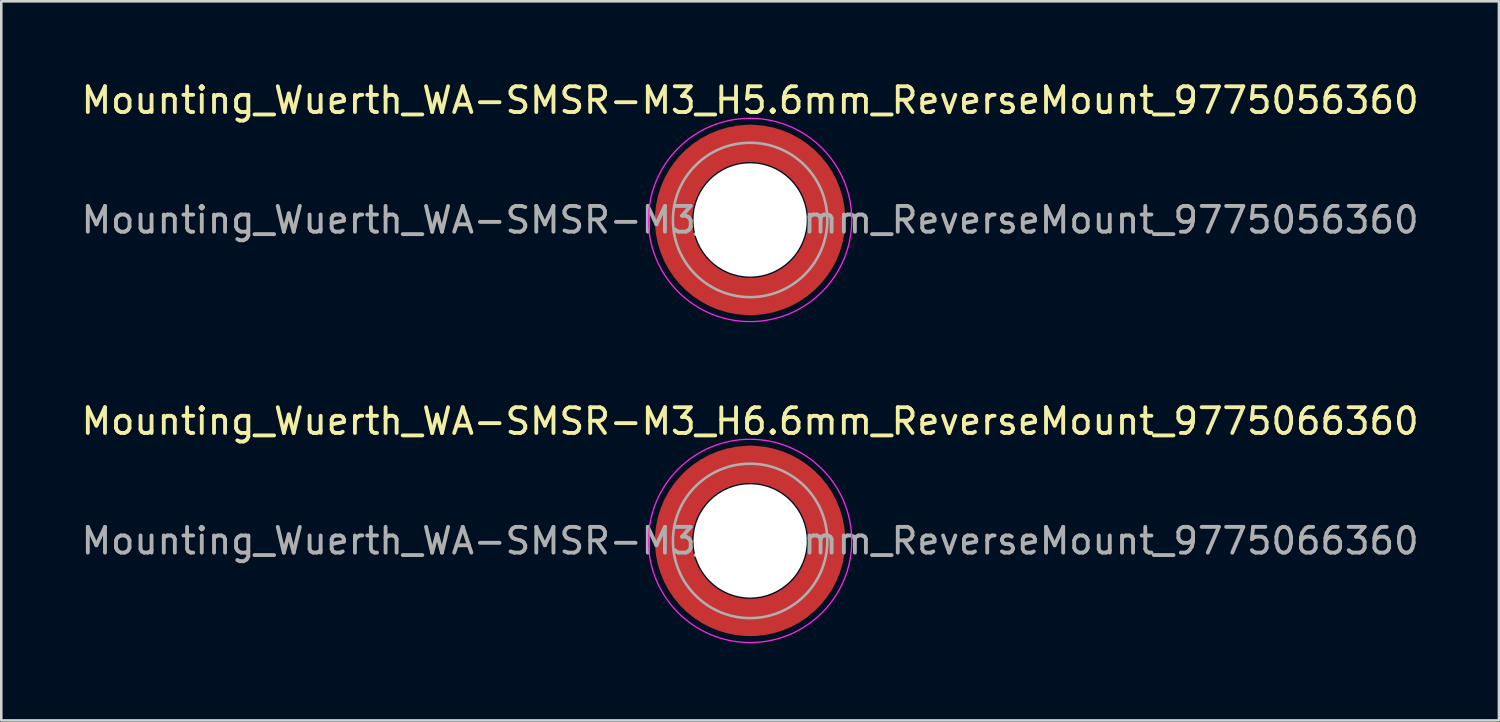
<source format=kicad_pcb>
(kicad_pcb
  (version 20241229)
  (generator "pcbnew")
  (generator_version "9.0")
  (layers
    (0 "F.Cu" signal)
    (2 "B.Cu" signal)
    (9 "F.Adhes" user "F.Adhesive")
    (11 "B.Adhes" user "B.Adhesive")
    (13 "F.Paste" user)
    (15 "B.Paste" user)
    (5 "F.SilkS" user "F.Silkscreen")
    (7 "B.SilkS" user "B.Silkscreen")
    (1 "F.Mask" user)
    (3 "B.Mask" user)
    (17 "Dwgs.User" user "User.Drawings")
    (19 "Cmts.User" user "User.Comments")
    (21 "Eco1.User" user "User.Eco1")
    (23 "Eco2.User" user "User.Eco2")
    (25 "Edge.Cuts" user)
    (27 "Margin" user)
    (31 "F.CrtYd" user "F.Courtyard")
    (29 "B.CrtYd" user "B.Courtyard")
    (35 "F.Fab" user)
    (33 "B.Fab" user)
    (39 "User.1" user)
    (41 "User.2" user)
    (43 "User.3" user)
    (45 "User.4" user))
  (footprint "Mounting_Wuerth_WA-SMSR-M3_H5.6mm_ReverseMount_9775056360"
    (layer "F.Cu")
    (at 26.101 5.498)
    (property "Reference" "Mounting_Wuerth_WA-SMSR-M3_H5.6mm_ReverseMount_9775056360" (at 0 -4.65 0) (layer "F.SilkS") (effects (font (size 1 1) (thickness 0.15))))
    (attr smd)
    (fp_circle (center 0 0) (end 3.95 0) (stroke (width 0.05) (type solid)) (fill no) (layer "F.CrtYd"))
    (fp_circle (center 0 0) (end 3 0) (stroke (width 0.1) (type solid)) (fill no) (layer "F.Fab"))
    (fp_text user "${REFERENCE}" (at 0 0 0) (layer "F.Fab") (effects (font (size 1 1) (thickness 0.15))))
    (pad "" smd custom (at -2.095 -2.095) (size 0.672 0.672) (layers "F.Paste") (options (anchor circle)) (primitives (gr_arc (start -0.24231 1.594804) (mid 0.404819 0.404819) (end 1.594804 -0.24231) (width 0.2)) (gr_arc (start -0.3398 1.594804) (mid 0.337349 0.337349) (end 1.594804 -0.3398) (width 0.2)) (gr_arc (start -0.437132 1.594804) (mid 0.269879 0.269879) (end 1.594804 -0.437132) (width 0.2)) (gr_arc (start -0.534324 1.594804) (mid 0.202409 0.202409) (end 1.594804 -0.534324) (width 0.2)) (gr_arc (start -0.631391 1.594804) (mid 0.134939 0.134939) (end 1.594804 -0.631391) (width 0.2)) (gr_arc (start -0.728345 1.594804) (mid 0.06747 0.06747) (end 1.594804 -0.728345) (width 0.2)) (gr_arc (start -0.825197 1.594804) (mid 0 0) (end 1.594804 -0.825197) (width 0.2)) (gr_arc (start -0.921958 1.594804) (mid -0.067469 -0.067469) (end 1.594804 -0.921958) (width 0.2)) (gr_arc (start -1.018637 1.594804) (mid -0.13494 -0.13494) (end 1.594804 -1.018637) (width 0.2)) (gr_arc (start -1.115239 1.594804) (mid -0.202409 -0.202409) (end 1.594804 -1.115239) (width 0.2)) (gr_arc (start -1.211773 1.594804) (mid -0.269879 -0.269879) (end 1.594804 -1.211773) (width 0.2)) (gr_arc (start -1.308244 1.594804) (mid -0.337349 -0.337349) (end 1.594804 -1.308244) (width 0.2)) (gr_arc (start -1.404657 1.594804) (mid -0.404819 -0.404819) (end 1.594804 -1.404657) (width 0.2)) (gr_arc (start -1.404657 1.594804) (mid -0.404819 -0.404819) (end 1.594804 -1.404657) (width 0.2)) (gr_line (start 1.595 -0.242) (end 1.595 -1.405) (width 0.2)) (gr_line (start -0.242 1.595) (end -1.405 1.595) (width 0.2))))
    (pad "" smd custom (at -2.095 2.095) (size 0.672 0.672) (layers "F.Paste") (options (anchor circle)) (primitives (gr_arc (start 1.594804 0.24231) (mid 0.404819 -0.404819) (end -0.24231 -1.594804) (width 0.2)) (gr_arc (start 1.594804 0.3398) (mid 0.337349 -0.337349) (end -0.3398 -1.594804) (width 0.2)) (gr_arc (start 1.594804 0.437132) (mid 0.269879 -0.269879) (end -0.437132 -1.594804) (width 0.2)) (gr_arc (start 1.594804 0.534324) (mid 0.202409 -0.202409) (end -0.534324 -1.594804) (width 0.2)) (gr_arc (start 1.594804 0.631391) (mid 0.134939 -0.134939) (end -0.631391 -1.594804) (width 0.2)) (gr_arc (start 1.594804 0.728345) (mid 0.06747 -0.06747) (end -0.728345 -1.594804) (width 0.2)) (gr_arc (start 1.594804 0.825197) (mid 0 0) (end -0.825197 -1.594804) (width 0.2)) (gr_arc (start 1.594804 0.921958) (mid -0.067469 0.067469) (end -0.921958 -1.594804) (width 0.2)) (gr_arc (start 1.594804 1.018637) (mid -0.13494 0.13494) (end -1.018637 -1.594804) (width 0.2)) (gr_arc (start 1.594804 1.115239) (mid -0.202409 0.202409) (end -1.115239 -1.594804) (width 0.2)) (gr_arc (start 1.594804 1.211773) (mid -0.269879 0.269879) (end -1.211773 -1.594804) (width 0.2)) (gr_arc (start 1.594804 1.308244) (mid -0.337349 0.337349) (end -1.308244 -1.594804) (width 0.2)) (gr_arc (start 1.594804 1.404657) (mid -0.404819 0.404819) (end -1.404657 -1.594804) (width 0.2)) (gr_arc (start 1.594804 1.404657) (mid -0.404819 0.404819) (end -1.404657 -1.594804) (width 0.2)) (gr_line (start -0.242 -1.595) (end -1.405 -1.595) (width 0.2)) (gr_line (start 1.595 0.242) (end 1.595 1.405) (width 0.2))))
    (pad "" np_thru_hole circle (at 0 0) (size 4.4 4.4) (drill 4.4) (layers "*.Cu" "*.Mask"))
    (pad "" smd custom (at 2.095 -2.095) (size 0.672 0.672) (layers "F.Paste") (options (anchor circle)) (primitives (gr_arc (start -1.594804 -0.24231) (mid -0.404819 0.404819) (end 0.24231 1.594804) (width 0.2)) (gr_arc (start -1.594804 -0.3398) (mid -0.337349 0.337349) (end 0.3398 1.594804) (width 0.2)) (gr_arc (start -1.594804 -0.437132) (mid -0.269879 0.269879) (end 0.437132 1.594804) (width 0.2)) (gr_arc (start -1.594804 -0.534324) (mid -0.202409 0.202409) (end 0.534324 1.594804) (width 0.2)) (gr_arc (start -1.594804 -0.631391) (mid -0.134939 0.134939) (end 0.631391 1.594804) (width 0.2)) (gr_arc (start -1.594804 -0.728345) (mid -0.06747 0.06747) (end 0.728345 1.594804) (width 0.2)) (gr_arc (start -1.594804 -0.825197) (mid 0 0) (end 0.825197 1.594804) (width 0.2)) (gr_arc (start -1.594804 -0.921958) (mid 0.067469 -0.067469) (end 0.921958 1.594804) (width 0.2)) (gr_arc (start -1.594804 -1.018637) (mid 0.13494 -0.13494) (end 1.018637 1.594804) (width 0.2)) (gr_arc (start -1.594804 -1.115239) (mid 0.202409 -0.202409) (end 1.115239 1.594804) (width 0.2)) (gr_arc (start -1.594804 -1.211773) (mid 0.269879 -0.269879) (end 1.211773 1.594804) (width 0.2)) (gr_arc (start -1.594804 -1.308244) (mid 0.337349 -0.337349) (end 1.308244 1.594804) (width 0.2)) (gr_arc (start -1.594804 -1.404657) (mid 0.404819 -0.404819) (end 1.404657 1.594804) (width 0.2)) (gr_arc (start -1.594804 -1.404657) (mid 0.404819 -0.404819) (end 1.404657 1.594804) (width 0.2)) (gr_line (start 0.242 1.595) (end 1.405 1.595) (width 0.2)) (gr_line (start -1.595 -0.242) (end -1.595 -1.405) (width 0.2))))
    (pad "" smd custom (at 2.095 2.095) (size 0.672 0.672) (layers "F.Paste") (options (anchor circle)) (primitives (gr_arc (start 0.24231 -1.594804) (mid -0.404819 -0.404819) (end -1.594804 0.24231) (width 0.2)) (gr_arc (start 0.3398 -1.594804) (mid -0.337349 -0.337349) (end -1.594804 0.3398) (width 0.2)) (gr_arc (start 0.437132 -1.594804) (mid -0.269879 -0.269879) (end -1.594804 0.437132) (width 0.2)) (gr_arc (start 0.534324 -1.594804) (mid -0.202409 -0.202409) (end -1.594804 0.534324) (width 0.2)) (gr_arc (start 0.631391 -1.594804) (mid -0.134939 -0.134939) (end -1.594804 0.631391) (width 0.2)) (gr_arc (start 0.728345 -1.594804) (mid -0.06747 -0.06747) (end -1.594804 0.728345) (width 0.2)) (gr_arc (start 0.825197 -1.594804) (mid 0 0) (end -1.594804 0.825197) (width 0.2)) (gr_arc (start 0.921958 -1.594804) (mid 0.067469 0.067469) (end -1.594804 0.921958) (width 0.2)) (gr_arc (start 1.018637 -1.594804) (mid 0.13494 0.13494) (end -1.594804 1.018637) (width 0.2)) (gr_arc (start 1.115239 -1.594804) (mid 0.202409 0.202409) (end -1.594804 1.115239) (width 0.2)) (gr_arc (start 1.211773 -1.594804) (mid 0.269879 0.269879) (end -1.594804 1.211773) (width 0.2)) (gr_arc (start 1.308244 -1.594804) (mid 0.337349 0.337349) (end -1.594804 1.308244) (width 0.2)) (gr_arc (start 1.404657 -1.594804) (mid 0.404819 0.404819) (end -1.594804 1.404657) (width 0.2)) (gr_arc (start 1.404657 -1.594804) (mid 0.404819 0.404819) (end -1.594804 1.404657) (width 0.2)) (gr_line (start -1.595 0.242) (end -1.595 1.405) (width 0.2)) (gr_line (start 0.242 -1.595) (end 1.405 -1.595) (width 0.2))))
    (pad "1" smd circle (at -2.975 0) (size 1.45 1.45) (layers "F.Cu"))
    (pad "1" smd circle (at 0 -2.975) (size 1.45 1.45) (layers "F.Cu"))
    (pad "1" smd circle (at 0 2.975) (size 1.45 1.45) (layers "F.Cu"))
    (pad "1" smd custom (at 2.975 0) (size 1.45 1.45) (layers "F.Cu" "F.Mask") (options (anchor circle)) (primitives (gr_circle (center -2.975 0) (end 0 0) (width 1.45) (fill no)))))
  (footprint "Mounting_Wuerth_WA-SMSR-M3_H6.6mm_ReverseMount_9775066360"
    (layer "F.Cu")
    (at 26.101 17.971)
    (property "Reference" "Mounting_Wuerth_WA-SMSR-M3_H6.6mm_ReverseMount_9775066360" (at 0 -4.65 0) (layer "F.SilkS") (effects (font (size 1 1) (thickness 0.15))))
    (attr smd)
    (fp_circle (center 0 0) (end 3.95 0) (stroke (width 0.05) (type solid)) (fill no) (layer "F.CrtYd"))
    (fp_circle (center 0 0) (end 3 0) (stroke (width 0.1) (type solid)) (fill no) (layer "F.Fab"))
    (fp_text user "${REFERENCE}" (at 0 0 0) (layer "F.Fab") (effects (font (size 1 1) (thickness 0.15))))
    (pad "" smd custom (at -2.095 -2.095) (size 0.672 0.672) (layers "F.Paste") (options (anchor circle)) (primitives (gr_arc (start -0.24231 1.594804) (mid 0.404819 0.404819) (end 1.594804 -0.24231) (width 0.2)) (gr_arc (start -0.3398 1.594804) (mid 0.337349 0.337349) (end 1.594804 -0.3398) (width 0.2)) (gr_arc (start -0.437132 1.594804) (mid 0.269879 0.269879) (end 1.594804 -0.437132) (width 0.2)) (gr_arc (start -0.534324 1.594804) (mid 0.202409 0.202409) (end 1.594804 -0.534324) (width 0.2)) (gr_arc (start -0.631391 1.594804) (mid 0.134939 0.134939) (end 1.594804 -0.631391) (width 0.2)) (gr_arc (start -0.728345 1.594804) (mid 0.06747 0.06747) (end 1.594804 -0.728345) (width 0.2)) (gr_arc (start -0.825197 1.594804) (mid 0 0) (end 1.594804 -0.825197) (width 0.2)) (gr_arc (start -0.921958 1.594804) (mid -0.067469 -0.067469) (end 1.594804 -0.921958) (width 0.2)) (gr_arc (start -1.018637 1.594804) (mid -0.13494 -0.13494) (end 1.594804 -1.018637) (width 0.2)) (gr_arc (start -1.115239 1.594804) (mid -0.202409 -0.202409) (end 1.594804 -1.115239) (width 0.2)) (gr_arc (start -1.211773 1.594804) (mid -0.269879 -0.269879) (end 1.594804 -1.211773) (width 0.2)) (gr_arc (start -1.308244 1.594804) (mid -0.337349 -0.337349) (end 1.594804 -1.308244) (width 0.2)) (gr_arc (start -1.404657 1.594804) (mid -0.404819 -0.404819) (end 1.594804 -1.404657) (width 0.2)) (gr_arc (start -1.404657 1.594804) (mid -0.404819 -0.404819) (end 1.594804 -1.404657) (width 0.2)) (gr_line (start 1.595 -0.242) (end 1.595 -1.405) (width 0.2)) (gr_line (start -0.242 1.595) (end -1.405 1.595) (width 0.2))))
    (pad "" smd custom (at -2.095 2.095) (size 0.672 0.672) (layers "F.Paste") (options (anchor circle)) (primitives (gr_arc (start 1.594804 0.24231) (mid 0.404819 -0.404819) (end -0.24231 -1.594804) (width 0.2)) (gr_arc (start 1.594804 0.3398) (mid 0.337349 -0.337349) (end -0.3398 -1.594804) (width 0.2)) (gr_arc (start 1.594804 0.437132) (mid 0.269879 -0.269879) (end -0.437132 -1.594804) (width 0.2)) (gr_arc (start 1.594804 0.534324) (mid 0.202409 -0.202409) (end -0.534324 -1.594804) (width 0.2)) (gr_arc (start 1.594804 0.631391) (mid 0.134939 -0.134939) (end -0.631391 -1.594804) (width 0.2)) (gr_arc (start 1.594804 0.728345) (mid 0.06747 -0.06747) (end -0.728345 -1.594804) (width 0.2)) (gr_arc (start 1.594804 0.825197) (mid 0 0) (end -0.825197 -1.594804) (width 0.2)) (gr_arc (start 1.594804 0.921958) (mid -0.067469 0.067469) (end -0.921958 -1.594804) (width 0.2)) (gr_arc (start 1.594804 1.018637) (mid -0.13494 0.13494) (end -1.018637 -1.594804) (width 0.2)) (gr_arc (start 1.594804 1.115239) (mid -0.202409 0.202409) (end -1.115239 -1.594804) (width 0.2)) (gr_arc (start 1.594804 1.211773) (mid -0.269879 0.269879) (end -1.211773 -1.594804) (width 0.2)) (gr_arc (start 1.594804 1.308244) (mid -0.337349 0.337349) (end -1.308244 -1.594804) (width 0.2)) (gr_arc (start 1.594804 1.404657) (mid -0.404819 0.404819) (end -1.404657 -1.594804) (width 0.2)) (gr_arc (start 1.594804 1.404657) (mid -0.404819 0.404819) (end -1.404657 -1.594804) (width 0.2)) (gr_line (start -0.242 -1.595) (end -1.405 -1.595) (width 0.2)) (gr_line (start 1.595 0.242) (end 1.595 1.405) (width 0.2))))
    (pad "" np_thru_hole circle (at 0 0) (size 4.4 4.4) (drill 4.4) (layers "*.Cu" "*.Mask"))
    (pad "" smd custom (at 2.095 -2.095) (size 0.672 0.672) (layers "F.Paste") (options (anchor circle)) (primitives (gr_arc (start -1.594804 -0.24231) (mid -0.404819 0.404819) (end 0.24231 1.594804) (width 0.2)) (gr_arc (start -1.594804 -0.3398) (mid -0.337349 0.337349) (end 0.3398 1.594804) (width 0.2)) (gr_arc (start -1.594804 -0.437132) (mid -0.269879 0.269879) (end 0.437132 1.594804) (width 0.2)) (gr_arc (start -1.594804 -0.534324) (mid -0.202409 0.202409) (end 0.534324 1.594804) (width 0.2)) (gr_arc (start -1.594804 -0.631391) (mid -0.134939 0.134939) (end 0.631391 1.594804) (width 0.2)) (gr_arc (start -1.594804 -0.728345) (mid -0.06747 0.06747) (end 0.728345 1.594804) (width 0.2)) (gr_arc (start -1.594804 -0.825197) (mid 0 0) (end 0.825197 1.594804) (width 0.2)) (gr_arc (start -1.594804 -0.921958) (mid 0.067469 -0.067469) (end 0.921958 1.594804) (width 0.2)) (gr_arc (start -1.594804 -1.018637) (mid 0.13494 -0.13494) (end 1.018637 1.594804) (width 0.2)) (gr_arc (start -1.594804 -1.115239) (mid 0.202409 -0.202409) (end 1.115239 1.594804) (width 0.2)) (gr_arc (start -1.594804 -1.211773) (mid 0.269879 -0.269879) (end 1.211773 1.594804) (width 0.2)) (gr_arc (start -1.594804 -1.308244) (mid 0.337349 -0.337349) (end 1.308244 1.594804) (width 0.2)) (gr_arc (start -1.594804 -1.404657) (mid 0.404819 -0.404819) (end 1.404657 1.594804) (width 0.2)) (gr_arc (start -1.594804 -1.404657) (mid 0.404819 -0.404819) (end 1.404657 1.594804) (width 0.2)) (gr_line (start 0.242 1.595) (end 1.405 1.595) (width 0.2)) (gr_line (start -1.595 -0.242) (end -1.595 -1.405) (width 0.2))))
    (pad "" smd custom (at 2.095 2.095) (size 0.672 0.672) (layers "F.Paste") (options (anchor circle)) (primitives (gr_arc (start 0.24231 -1.594804) (mid -0.404819 -0.404819) (end -1.594804 0.24231) (width 0.2)) (gr_arc (start 0.3398 -1.594804) (mid -0.337349 -0.337349) (end -1.594804 0.3398) (width 0.2)) (gr_arc (start 0.437132 -1.594804) (mid -0.269879 -0.269879) (end -1.594804 0.437132) (width 0.2)) (gr_arc (start 0.534324 -1.594804) (mid -0.202409 -0.202409) (end -1.594804 0.534324) (width 0.2)) (gr_arc (start 0.631391 -1.594804) (mid -0.134939 -0.134939) (end -1.594804 0.631391) (width 0.2)) (gr_arc (start 0.728345 -1.594804) (mid -0.06747 -0.06747) (end -1.594804 0.728345) (width 0.2)) (gr_arc (start 0.825197 -1.594804) (mid 0 0) (end -1.594804 0.825197) (width 0.2)) (gr_arc (start 0.921958 -1.594804) (mid 0.067469 0.067469) (end -1.594804 0.921958) (width 0.2)) (gr_arc (start 1.018637 -1.594804) (mid 0.13494 0.13494) (end -1.594804 1.018637) (width 0.2)) (gr_arc (start 1.115239 -1.594804) (mid 0.202409 0.202409) (end -1.594804 1.115239) (width 0.2)) (gr_arc (start 1.211773 -1.594804) (mid 0.269879 0.269879) (end -1.594804 1.211773) (width 0.2)) (gr_arc (start 1.308244 -1.594804) (mid 0.337349 0.337349) (end -1.594804 1.308244) (width 0.2)) (gr_arc (start 1.404657 -1.594804) (mid 0.404819 0.404819) (end -1.594804 1.404657) (width 0.2)) (gr_arc (start 1.404657 -1.594804) (mid 0.404819 0.404819) (end -1.594804 1.404657) (width 0.2)) (gr_line (start -1.595 0.242) (end -1.595 1.405) (width 0.2)) (gr_line (start 0.242 -1.595) (end 1.405 -1.595) (width 0.2))))
    (pad "1" smd circle (at -2.975 0) (size 1.45 1.45) (layers "F.Cu"))
    (pad "1" smd circle (at 0 -2.975) (size 1.45 1.45) (layers "F.Cu"))
    (pad "1" smd circle (at 0 2.975) (size 1.45 1.45) (layers "F.Cu"))
    (pad "1" smd custom (at 2.975 0) (size 1.45 1.45) (layers "F.Cu" "F.Mask") (options (anchor circle)) (primitives (gr_circle (center -2.975 0) (end 0 0) (width 1.45) (fill no)))))
  (gr_rect
    (start -3 -3)
    (end 55.202 24.947)
    (stroke (width 0.1) (type default))
    (fill no)
    (layer "Edge.Cuts")))
</source>
